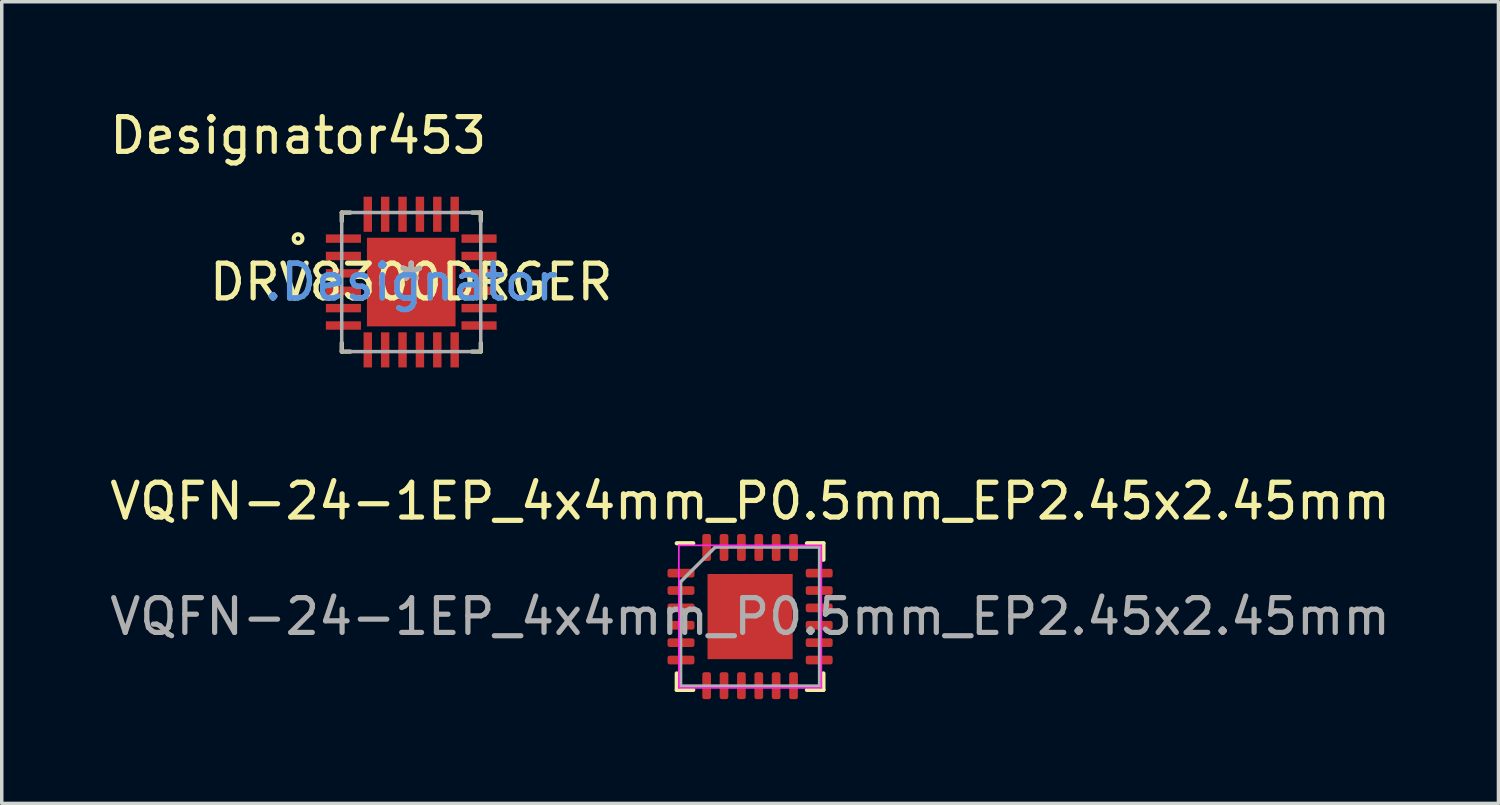
<source format=kicad_pcb>
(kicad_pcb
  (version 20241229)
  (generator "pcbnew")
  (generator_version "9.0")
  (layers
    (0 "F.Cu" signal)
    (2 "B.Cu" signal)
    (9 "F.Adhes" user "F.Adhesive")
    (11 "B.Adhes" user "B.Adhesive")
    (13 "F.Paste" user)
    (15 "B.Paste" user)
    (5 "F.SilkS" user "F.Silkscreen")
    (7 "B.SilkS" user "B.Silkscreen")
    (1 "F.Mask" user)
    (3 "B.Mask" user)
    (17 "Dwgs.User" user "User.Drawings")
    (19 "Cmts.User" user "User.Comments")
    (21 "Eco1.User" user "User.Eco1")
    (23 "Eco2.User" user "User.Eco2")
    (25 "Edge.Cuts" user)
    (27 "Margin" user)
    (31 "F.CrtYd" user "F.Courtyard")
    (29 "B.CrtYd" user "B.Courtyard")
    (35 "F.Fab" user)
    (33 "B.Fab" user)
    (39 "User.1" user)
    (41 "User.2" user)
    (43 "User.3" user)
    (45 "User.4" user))
  (footprint "VQFN-24-1EP_4x4mm_P0.5mm_EP2.45x2.45mm"
    (layer "F.Cu")
    (at 18.53 14.689)
    (property "Reference" "VQFN-24-1EP_4x4mm_P0.5mm_EP2.45x2.45mm" (at 0 -3.32 0) (layer "F.SilkS") (effects (font (size 1 1) (thickness 0.15))))
    (attr smd)
    (fp_line (start -2.11 2.11) (end -2.11 1.635) (stroke (width 0.12) (type solid)) (layer "F.SilkS"))
    (fp_line (start -1.635 -2.11) (end -2.11 -2.11) (stroke (width 0.12) (type solid)) (layer "F.SilkS"))
    (fp_line (start -1.635 2.11) (end -2.11 2.11) (stroke (width 0.12) (type solid)) (layer "F.SilkS"))
    (fp_line (start 1.635 -2.11) (end 2.11 -2.11) (stroke (width 0.12) (type solid)) (layer "F.SilkS"))
    (fp_line (start 1.635 2.11) (end 2.11 2.11) (stroke (width 0.12) (type solid)) (layer "F.SilkS"))
    (fp_line (start 2.11 -2.11) (end 2.11 -1.635) (stroke (width 0.12) (type solid)) (layer "F.SilkS"))
    (fp_line (start 2.11 2.11) (end 2.11 1.635) (stroke (width 0.12) (type solid)) (layer "F.SilkS"))
    (fp_line (start -2.05 -2.05) (end -2.05 2.05) (stroke (width 0.05) (type solid)) (layer "F.CrtYd"))
    (fp_line (start -2.05 2.05) (end 2.05 2.05) (stroke (width 0.05) (type solid)) (layer "F.CrtYd"))
    (fp_line (start 2.05 -2.05) (end -2.05 -2.05) (stroke (width 0.05) (type solid)) (layer "F.CrtYd"))
    (fp_line (start 2.05 2.05) (end 2.05 -2.05) (stroke (width 0.05) (type solid)) (layer "F.CrtYd"))
    (fp_line (start -2 -1) (end -1 -2) (stroke (width 0.1) (type solid)) (layer "F.Fab"))
    (fp_line (start -2 2) (end -2 -1) (stroke (width 0.1) (type solid)) (layer "F.Fab"))
    (fp_line (start -1 -2) (end 2 -2) (stroke (width 0.1) (type solid)) (layer "F.Fab"))
    (fp_line (start 2 -2) (end 2 2) (stroke (width 0.1) (type solid)) (layer "F.Fab"))
    (fp_line (start 2 2) (end -2 2) (stroke (width 0.1) (type solid)) (layer "F.Fab"))
    (fp_text user "${REFERENCE}" (at 0 0 0) (layer "F.Fab") (effects (font (size 1 1) (thickness 0.15))))
    (pad "" smd roundrect (at -0.82 -0.82) (size 0.66 0.66) (layers "F.Paste") (roundrect_rratio 0.25))
    (pad "" smd roundrect (at -0.82 0) (size 0.66 0.66) (layers "F.Paste") (roundrect_rratio 0.25))
    (pad "" smd roundrect (at -0.82 0.82) (size 0.66 0.66) (layers "F.Paste") (roundrect_rratio 0.25))
    (pad "" smd roundrect (at 0 -0.82) (size 0.66 0.66) (layers "F.Paste") (roundrect_rratio 0.25))
    (pad "" smd roundrect (at 0 0) (size 0.66 0.66) (layers "F.Paste") (roundrect_rratio 0.25))
    (pad "" smd roundrect (at 0 0.82) (size 0.66 0.66) (layers "F.Paste") (roundrect_rratio 0.25))
    (pad "" smd roundrect (at 0.82 -0.82) (size 0.66 0.66) (layers "F.Paste") (roundrect_rratio 0.25))
    (pad "" smd roundrect (at 0.82 0) (size 0.66 0.66) (layers "F.Paste") (roundrect_rratio 0.25))
    (pad "" smd roundrect (at 0.82 0.82) (size 0.66 0.66) (layers "F.Paste") (roundrect_rratio 0.25))
    (pad "1" smd roundrect (at -1.988 -1.25) (size 0.775 0.25) (layers "F.Cu" "F.Mask" "F.Paste") (roundrect_rratio 0.25))
    (pad "2" smd roundrect (at -1.988 -0.75) (size 0.775 0.25) (layers "F.Cu" "F.Mask" "F.Paste") (roundrect_rratio 0.25))
    (pad "3" smd roundrect (at -1.988 -0.25) (size 0.775 0.25) (layers "F.Cu" "F.Mask" "F.Paste") (roundrect_rratio 0.25))
    (pad "4" smd roundrect (at -1.988 0.25) (size 0.775 0.25) (layers "F.Cu" "F.Mask" "F.Paste") (roundrect_rratio 0.25))
    (pad "5" smd roundrect (at -1.988 0.75) (size 0.775 0.25) (layers "F.Cu" "F.Mask" "F.Paste") (roundrect_rratio 0.25))
    (pad "6" smd roundrect (at -1.988 1.25) (size 0.775 0.25) (layers "F.Cu" "F.Mask" "F.Paste") (roundrect_rratio 0.25))
    (pad "7" smd roundrect (at -1.25 1.988) (size 0.25 0.775) (layers "F.Cu" "F.Mask" "F.Paste") (roundrect_rratio 0.25))
    (pad "8" smd roundrect (at -0.75 1.988) (size 0.25 0.775) (layers "F.Cu" "F.Mask" "F.Paste") (roundrect_rratio 0.25))
    (pad "9" smd roundrect (at -0.25 1.988) (size 0.25 0.775) (layers "F.Cu" "F.Mask" "F.Paste") (roundrect_rratio 0.25))
    (pad "10" smd roundrect (at 0.25 1.988) (size 0.25 0.775) (layers "F.Cu" "F.Mask" "F.Paste") (roundrect_rratio 0.25))
    (pad "11" smd roundrect (at 0.75 1.988) (size 0.25 0.775) (layers "F.Cu" "F.Mask" "F.Paste") (roundrect_rratio 0.25))
    (pad "12" smd roundrect (at 1.25 1.988) (size 0.25 0.775) (layers "F.Cu" "F.Mask" "F.Paste") (roundrect_rratio 0.25))
    (pad "13" smd roundrect (at 1.988 1.25) (size 0.775 0.25) (layers "F.Cu" "F.Mask" "F.Paste") (roundrect_rratio 0.25))
    (pad "14" smd roundrect (at 1.988 0.75) (size 0.775 0.25) (layers "F.Cu" "F.Mask" "F.Paste") (roundrect_rratio 0.25))
    (pad "15" smd roundrect (at 1.988 0.25) (size 0.775 0.25) (layers "F.Cu" "F.Mask" "F.Paste") (roundrect_rratio 0.25))
    (pad "16" smd roundrect (at 1.988 -0.25) (size 0.775 0.25) (layers "F.Cu" "F.Mask" "F.Paste") (roundrect_rratio 0.25))
    (pad "17" smd roundrect (at 1.988 -0.75) (size 0.775 0.25) (layers "F.Cu" "F.Mask" "F.Paste") (roundrect_rratio 0.25))
    (pad "18" smd roundrect (at 1.988 -1.25) (size 0.775 0.25) (layers "F.Cu" "F.Mask" "F.Paste") (roundrect_rratio 0.25))
    (pad "19" smd roundrect (at 1.25 -1.988) (size 0.25 0.775) (layers "F.Cu" "F.Mask" "F.Paste") (roundrect_rratio 0.25))
    (pad "20" smd roundrect (at 0.75 -1.988) (size 0.25 0.775) (layers "F.Cu" "F.Mask" "F.Paste") (roundrect_rratio 0.25))
    (pad "21" smd roundrect (at 0.25 -1.988) (size 0.25 0.775) (layers "F.Cu" "F.Mask" "F.Paste") (roundrect_rratio 0.25))
    (pad "22" smd roundrect (at -0.25 -1.988) (size 0.25 0.775) (layers "F.Cu" "F.Mask" "F.Paste") (roundrect_rratio 0.25))
    (pad "23" smd roundrect (at -0.75 -1.988) (size 0.25 0.775) (layers "F.Cu" "F.Mask" "F.Paste") (roundrect_rratio 0.25))
    (pad "24" smd roundrect (at -1.25 -1.988) (size 0.25 0.775) (layers "F.Cu" "F.Mask" "F.Paste") (roundrect_rratio 0.25))
    (pad "25" smd rect (at 0 0) (size 2.45 2.45) (layers "F.Cu" "F.Mask")))
  (footprint "DRV8300DRGER"
    (layer "F.Cu")
    (at 8.781 5.065)
    (property "Reference" "DRV8300DRGER" (at 0 0 0) (layer "F.SilkS") (effects (font (size 1 1) (thickness 0.15))))
    (attr through_hole)
    (fp_line (start -2 -2) (end -1.75 -2) (stroke (width 0.12) (type solid)) (layer "F.SilkS"))
    (fp_line (start -2 -1.75) (end -2 -2) (stroke (width 0.12) (type solid)) (layer "F.SilkS"))
    (fp_line (start -2 2) (end -2 1.75) (stroke (width 0.12) (type solid)) (layer "F.SilkS"))
    (fp_line (start -2 2) (end -1.75 2) (stroke (width 0.12) (type solid)) (layer "F.SilkS"))
    (fp_line (start 1.75 -2) (end 2 -2) (stroke (width 0.12) (type solid)) (layer "F.SilkS"))
    (fp_line (start 1.75 2) (end 2 2) (stroke (width 0.12) (type solid)) (layer "F.SilkS"))
    (fp_line (start 2 -1.75) (end 2 -2) (stroke (width 0.12) (type solid)) (layer "F.SilkS"))
    (fp_line (start 2 2) (end 2 1.75) (stroke (width 0.12) (type solid)) (layer "F.SilkS"))
    (fp_circle (center -3.256 -1.25) (end -3.131 -1.25) (stroke (width 0.12) (type solid)) (fill no) (layer "F.SilkS"))
    (fp_poly (pts (xy -0.806 0.806) (xy 0.806 0.806) (xy 0.806 -0.806) (xy -0.806 -0.806)) (stroke (width 0.1) (type solid)) (fill yes) (layer "F.Paste"))
    (fp_line (start -2 -2) (end 2 -2) (stroke (width 0.1) (type solid)) (layer "F.Fab"))
    (fp_line (start -2 2) (end -2 -2) (stroke (width 0.1) (type solid)) (layer "F.Fab"))
    (fp_line (start -2 2) (end 2 2) (stroke (width 0.1) (type solid)) (layer "F.Fab"))
    (fp_line (start 2 2) (end 2 -2) (stroke (width 0.1) (type solid)) (layer "F.Fab"))
    (fp_text user "Designator453" (at -3.251 -4.216 0) (layer "F.SilkS") (effects (font (size 1 1) (thickness 0.15))))
    (fp_text user "*" (at 0 0 0) (layer "F.SilkS") (effects (font (size 1 1) (thickness 0.15))))
    (fp_text user ".Designator" (at 0 0 0) (layer "Cmts.User") (effects (font (size 1 1) (thickness 0.15))))
    (fp_text user "Copyright 2021 Accelerated Designs. All rights reserved." (at 0 0 0) (layer "Cmts.User") (effects (font (size 0.127 0.127) (thickness 0.002))))
    (fp_text user ".Designator" (at 0 0 0) (layer "F.Fab") (effects (font (size 1 1) (thickness 0.15))))
    (fp_text user "*" (at 0 0 0) (layer "F.Fab") (effects (font (size 1 1) (thickness 0.15))))
    (pad "1" smd rect (at -1.951 -1.25 90) (size 0.242 1.01) (layers "F.Cu" "F.Mask" "F.Paste"))
    (pad "2" smd rect (at -1.951 -0.75 90) (size 0.242 1.01) (layers "F.Cu" "F.Mask" "F.Paste"))
    (pad "3" smd rect (at -1.951 -0.25 90) (size 0.242 1.01) (layers "F.Cu" "F.Mask" "F.Paste"))
    (pad "4" smd rect (at -1.951 0.25 90) (size 0.242 1.01) (layers "F.Cu" "F.Mask" "F.Paste"))
    (pad "5" smd rect (at -1.951 0.75 90) (size 0.242 1.01) (layers "F.Cu" "F.Mask" "F.Paste"))
    (pad "6" smd rect (at -1.951 1.25 90) (size 0.242 1.01) (layers "F.Cu" "F.Mask" "F.Paste"))
    (pad "7" smd rect (at -1.25 1.951) (size 0.242 1.01) (layers "F.Cu" "F.Mask" "F.Paste"))
    (pad "8" smd rect (at -0.75 1.951) (size 0.242 1.01) (layers "F.Cu" "F.Mask" "F.Paste"))
    (pad "9" smd rect (at -0.25 1.951) (size 0.242 1.01) (layers "F.Cu" "F.Mask" "F.Paste"))
    (pad "10" smd rect (at 0.25 1.951) (size 0.242 1.01) (layers "F.Cu" "F.Mask" "F.Paste"))
    (pad "11" smd rect (at 0.75 1.951) (size 0.242 1.01) (layers "F.Cu" "F.Mask" "F.Paste"))
    (pad "12" smd rect (at 1.25 1.951) (size 0.242 1.01) (layers "F.Cu" "F.Mask" "F.Paste"))
    (pad "13" smd rect (at 1.951 1.25 90) (size 0.242 1.01) (layers "F.Cu" "F.Mask" "F.Paste"))
    (pad "14" smd rect (at 1.951 0.75 90) (size 0.242 1.01) (layers "F.Cu" "F.Mask" "F.Paste"))
    (pad "15" smd rect (at 1.951 0.25 90) (size 0.242 1.01) (layers "F.Cu" "F.Mask" "F.Paste"))
    (pad "16" smd rect (at 1.951 -0.25 90) (size 0.242 1.01) (layers "F.Cu" "F.Mask" "F.Paste"))
    (pad "17" smd rect (at 1.951 -0.75 90) (size 0.242 1.01) (layers "F.Cu" "F.Mask" "F.Paste"))
    (pad "18" smd rect (at 1.951 -1.25 90) (size 0.242 1.01) (layers "F.Cu" "F.Mask" "F.Paste"))
    (pad "19" smd rect (at 1.25 -1.951) (size 0.242 1.01) (layers "F.Cu" "F.Mask" "F.Paste"))
    (pad "20" smd rect (at 0.75 -1.951) (size 0.242 1.01) (layers "F.Cu" "F.Mask" "F.Paste"))
    (pad "21" smd rect (at 0.25 -1.951) (size 0.242 1.01) (layers "F.Cu" "F.Mask" "F.Paste"))
    (pad "22" smd rect (at -0.25 -1.951) (size 0.242 1.01) (layers "F.Cu" "F.Mask" "F.Paste"))
    (pad "23" smd rect (at -0.75 -1.951) (size 0.242 1.01) (layers "F.Cu" "F.Mask" "F.Paste"))
    (pad "24" smd rect (at -1.25 -1.951) (size 0.242 1.01) (layers "F.Cu" "F.Mask" "F.Paste"))
    (pad "25" smd rect (at 0 0) (size 2.55 2.55) (layers "F.Cu" "F.Mask")))
  (gr_rect
    (start -3 -3)
    (end 40.06 20.064)
    (stroke (width 0.1) (type default))
    (fill no)
    (layer "Edge.Cuts")))
</source>
